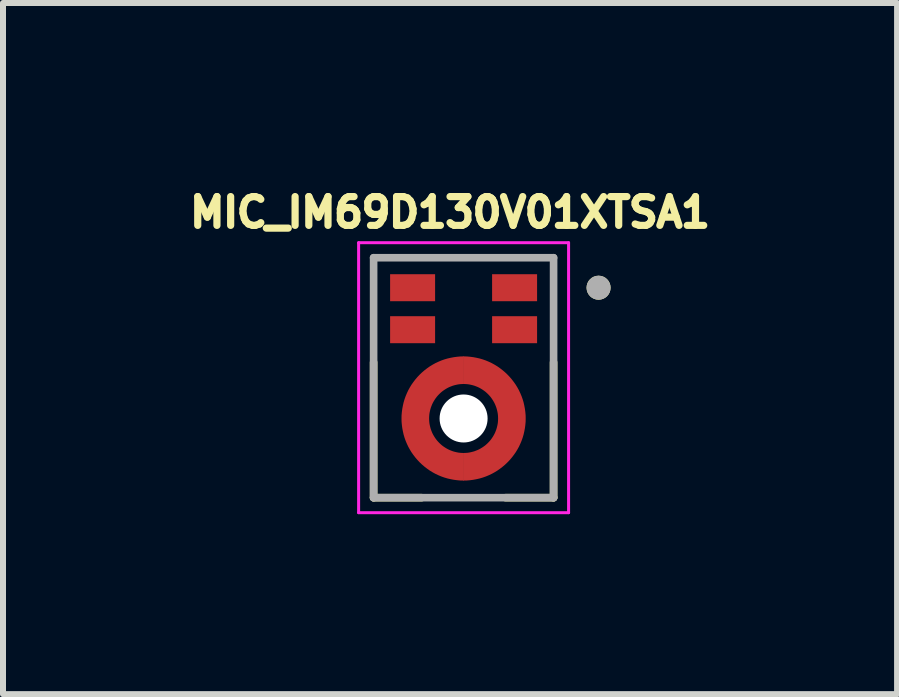
<source format=kicad_pcb>
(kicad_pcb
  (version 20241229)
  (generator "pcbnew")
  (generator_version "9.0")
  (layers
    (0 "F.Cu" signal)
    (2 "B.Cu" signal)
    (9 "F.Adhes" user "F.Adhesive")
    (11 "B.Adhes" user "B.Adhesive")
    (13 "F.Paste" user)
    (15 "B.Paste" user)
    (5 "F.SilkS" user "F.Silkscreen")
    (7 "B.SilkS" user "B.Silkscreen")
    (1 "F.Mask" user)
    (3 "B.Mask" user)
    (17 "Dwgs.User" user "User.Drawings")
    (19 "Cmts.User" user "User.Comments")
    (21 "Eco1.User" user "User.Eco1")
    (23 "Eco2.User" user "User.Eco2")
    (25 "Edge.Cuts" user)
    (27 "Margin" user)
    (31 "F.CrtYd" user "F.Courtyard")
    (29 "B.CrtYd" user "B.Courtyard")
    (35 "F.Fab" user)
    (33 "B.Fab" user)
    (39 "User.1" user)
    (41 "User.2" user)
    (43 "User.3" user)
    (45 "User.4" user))
  (footprint "MIC_IM69D130V01XTSA1"
    (layer "F.Cu")
    (at 4.678 3.246)
    (property "Reference" "MIC_IM69D130V01XTSA1" (at -0.226 -2.755 0) (layer "F.SilkS") (effects (font (size 0.48 0.48) (thickness 0.12))))
    (attr smd)
    (fp_poly (pts (xy 0 0.15) (xy -0.028 0.151) (xy -0.055 0.153) (xy -0.083 0.157) (xy -0.11 0.162) (xy -0.137 0.168) (xy -0.164 0.176) (xy -0.19 0.185) (xy -0.216 0.196) (xy -0.241 0.208) (xy -0.265 0.221) (xy -0.289 0.236) (xy -0.312 0.251) (xy -0.334 0.268) (xy -0.355 0.286) (xy -0.375 0.305) (xy -0.394 0.325) (xy -0.412 0.346) (xy -0.429 0.368) (xy -0.444 0.391) (xy -0.459 0.415) (xy -0.472 0.439) (xy -0.484 0.464) (xy -0.495 0.49) (xy -0.504 0.516) (xy -0.512 0.543) (xy -0.518 0.57) (xy -0.523 0.597) (xy -0.527 0.625) (xy -0.529 0.652) (xy -0.53 0.68) (xy -0.529 0.708) (xy -0.527 0.735) (xy -0.523 0.763) (xy -0.518 0.79) (xy -0.512 0.817) (xy -0.504 0.844) (xy -0.495 0.87) (xy -0.484 0.896) (xy -0.472 0.921) (xy -0.459 0.945) (xy -0.444 0.969) (xy -0.429 0.992) (xy -0.412 1.014) (xy -0.394 1.035) (xy -0.375 1.055) (xy -0.355 1.074) (xy -0.334 1.092) (xy -0.312 1.109) (xy -0.289 1.124) (xy -0.265 1.139) (xy -0.241 1.152) (xy -0.216 1.164) (xy -0.19 1.175) (xy -0.164 1.184) (xy -0.137 1.192) (xy -0.11 1.198) (xy -0.083 1.203) (xy -0.055 1.207) (xy -0.028 1.209) (xy 0 1.21) (xy 0 1.76) (xy -0.057 1.759) (xy -0.113 1.754) (xy -0.169 1.747) (xy -0.225 1.736) (xy -0.28 1.723) (xy -0.334 1.707) (xy -0.387 1.688) (xy -0.439 1.667) (xy -0.49 1.642) (xy -0.54 1.615) (xy -0.588 1.586) (xy -0.635 1.554) (xy -0.68 1.519) (xy -0.723 1.483) (xy -0.764 1.444) (xy -0.803 1.403) (xy -0.839 1.36) (xy -0.874 1.315) (xy -0.906 1.268) (xy -0.935 1.22) (xy -0.962 1.17) (xy -0.987 1.119) (xy -1.008 1.067) (xy -1.027 1.014) (xy -1.043 0.96) (xy -1.056 0.905) (xy -1.067 0.849) (xy -1.074 0.793) (xy -1.079 0.737) (xy -1.08 0.68) (xy -1.079 0.623) (xy -1.074 0.567) (xy -1.067 0.511) (xy -1.056 0.455) (xy -1.043 0.4) (xy -1.027 0.346) (xy -1.008 0.293) (xy -0.987 0.241) (xy -0.962 0.19) (xy -0.935 0.14) (xy -0.906 0.092) (xy -0.874 0.045) (xy -0.839 0) (xy -0.803 -0.043) (xy -0.764 -0.084) (xy -0.723 -0.123) (xy -0.68 -0.159) (xy -0.635 -0.194) (xy -0.588 -0.226) (xy -0.54 -0.255) (xy -0.49 -0.282) (xy -0.439 -0.307) (xy -0.387 -0.328) (xy -0.334 -0.347) (xy -0.28 -0.363) (xy -0.225 -0.376) (xy -0.169 -0.387) (xy -0.113 -0.394) (xy -0.057 -0.399) (xy 0 -0.4) (xy 0 0.15)) (stroke (width 0.01) (type solid)) (fill yes) (layer "F.Mask"))
    (fp_poly (pts (xy 0 1.21) (xy 0.028 1.209) (xy 0.055 1.207) (xy 0.083 1.203) (xy 0.11 1.198) (xy 0.137 1.192) (xy 0.164 1.184) (xy 0.19 1.175) (xy 0.216 1.164) (xy 0.241 1.152) (xy 0.265 1.139) (xy 0.289 1.124) (xy 0.312 1.109) (xy 0.334 1.092) (xy 0.355 1.074) (xy 0.375 1.055) (xy 0.394 1.035) (xy 0.412 1.014) (xy 0.429 0.992) (xy 0.444 0.969) (xy 0.459 0.945) (xy 0.472 0.921) (xy 0.484 0.896) (xy 0.495 0.87) (xy 0.504 0.844) (xy 0.512 0.817) (xy 0.518 0.79) (xy 0.523 0.763) (xy 0.527 0.735) (xy 0.529 0.708) (xy 0.53 0.68) (xy 0.529 0.652) (xy 0.527 0.625) (xy 0.523 0.597) (xy 0.518 0.57) (xy 0.512 0.543) (xy 0.504 0.516) (xy 0.495 0.49) (xy 0.484 0.464) (xy 0.472 0.439) (xy 0.459 0.415) (xy 0.444 0.391) (xy 0.429 0.368) (xy 0.412 0.346) (xy 0.394 0.325) (xy 0.375 0.305) (xy 0.355 0.286) (xy 0.334 0.268) (xy 0.312 0.251) (xy 0.289 0.236) (xy 0.265 0.221) (xy 0.241 0.208) (xy 0.216 0.196) (xy 0.19 0.185) (xy 0.164 0.176) (xy 0.137 0.168) (xy 0.11 0.162) (xy 0.083 0.157) (xy 0.055 0.153) (xy 0.028 0.151) (xy 0 0.15) (xy 0 -0.4) (xy 0.057 -0.399) (xy 0.113 -0.394) (xy 0.169 -0.387) (xy 0.225 -0.376) (xy 0.28 -0.363) (xy 0.334 -0.347) (xy 0.387 -0.328) (xy 0.439 -0.307) (xy 0.49 -0.282) (xy 0.54 -0.255) (xy 0.588 -0.226) (xy 0.635 -0.194) (xy 0.68 -0.159) (xy 0.723 -0.123) (xy 0.764 -0.084) (xy 0.803 -0.043) (xy 0.839 0) (xy 0.874 0.045) (xy 0.906 0.092) (xy 0.935 0.14) (xy 0.962 0.19) (xy 0.987 0.241) (xy 1.008 0.293) (xy 1.027 0.346) (xy 1.043 0.4) (xy 1.056 0.455) (xy 1.067 0.511) (xy 1.074 0.567) (xy 1.079 0.623) (xy 1.08 0.68) (xy 1.079 0.737) (xy 1.074 0.793) (xy 1.067 0.849) (xy 1.056 0.905) (xy 1.043 0.96) (xy 1.027 1.014) (xy 1.008 1.067) (xy 0.987 1.119) (xy 0.962 1.17) (xy 0.935 1.22) (xy 0.906 1.268) (xy 0.874 1.315) (xy 0.839 1.36) (xy 0.803 1.403) (xy 0.764 1.444) (xy 0.723 1.483) (xy 0.68 1.519) (xy 0.635 1.554) (xy 0.588 1.586) (xy 0.54 1.615) (xy 0.49 1.642) (xy 0.439 1.667) (xy 0.387 1.688) (xy 0.334 1.707) (xy 0.28 1.723) (xy 0.225 1.736) (xy 0.169 1.747) (xy 0.113 1.754) (xy 0.057 1.759) (xy 0 1.76) (xy 0 1.21)) (stroke (width 0.01) (type solid)) (fill yes) (layer "F.Mask"))
    (fp_line (start -1.5 2) (end -1.5 -0.255) (stroke (width 0.127) (type solid)) (layer "F.SilkS"))
    (fp_line (start -0.7 2) (end -1.5 2) (stroke (width 0.127) (type solid)) (layer "F.SilkS"))
    (fp_line (start 1.5 2) (end 0.7 2) (stroke (width 0.127) (type solid)) (layer "F.SilkS"))
    (fp_line (start 1.5 2) (end 1.5 -0.255) (stroke (width 0.127) (type solid)) (layer "F.SilkS"))
    (fp_circle (center 2.25 -1.5) (end 2.35 -1.5) (stroke (width 0.2) (type solid)) (fill no) (layer "F.SilkS"))
    (fp_poly (pts (xy -0.75 -1.3) (xy -0.95 -1.3) (xy -0.971 -1.301) (xy -0.992 -1.304) (xy -1.012 -1.31) (xy -1.031 -1.317) (xy -1.05 -1.327) (xy -1.068 -1.338) (xy -1.084 -1.351) (xy -1.099 -1.366) (xy -1.112 -1.382) (xy -1.123 -1.4) (xy -1.133 -1.419) (xy -1.14 -1.438) (xy -1.146 -1.458) (xy -1.149 -1.479) (xy -1.15 -1.5) (xy -1.149 -1.521) (xy -1.146 -1.542) (xy -1.14 -1.562) (xy -1.133 -1.581) (xy -1.123 -1.6) (xy -1.112 -1.618) (xy -1.099 -1.634) (xy -1.084 -1.649) (xy -1.068 -1.662) (xy -1.05 -1.673) (xy -1.031 -1.683) (xy -1.012 -1.69) (xy -0.992 -1.696) (xy -0.971 -1.699) (xy -0.95 -1.7) (xy -0.75 -1.7) (xy -0.729 -1.699) (xy -0.708 -1.696) (xy -0.688 -1.69) (xy -0.669 -1.683) (xy -0.65 -1.673) (xy -0.632 -1.662) (xy -0.616 -1.649) (xy -0.601 -1.634) (xy -0.588 -1.618) (xy -0.577 -1.6) (xy -0.567 -1.581) (xy -0.56 -1.562) (xy -0.554 -1.542) (xy -0.551 -1.521) (xy -0.55 -1.5) (xy -0.551 -1.479) (xy -0.554 -1.458) (xy -0.56 -1.438) (xy -0.567 -1.419) (xy -0.577 -1.4) (xy -0.588 -1.382) (xy -0.601 -1.366) (xy -0.616 -1.351) (xy -0.632 -1.338) (xy -0.65 -1.327) (xy -0.669 -1.317) (xy -0.688 -1.31) (xy -0.708 -1.304) (xy -0.729 -1.301) (xy -0.75 -1.3)) (stroke (width 0.01) (type solid)) (fill yes) (layer "F.Paste"))
    (fp_poly (pts (xy -0.75 -0.6) (xy -0.95 -0.6) (xy -0.971 -0.601) (xy -0.992 -0.604) (xy -1.012 -0.61) (xy -1.031 -0.617) (xy -1.05 -0.627) (xy -1.068 -0.638) (xy -1.084 -0.651) (xy -1.099 -0.666) (xy -1.112 -0.682) (xy -1.123 -0.7) (xy -1.133 -0.719) (xy -1.14 -0.738) (xy -1.146 -0.758) (xy -1.149 -0.779) (xy -1.15 -0.8) (xy -1.149 -0.821) (xy -1.146 -0.842) (xy -1.14 -0.862) (xy -1.133 -0.881) (xy -1.123 -0.9) (xy -1.112 -0.918) (xy -1.099 -0.934) (xy -1.084 -0.949) (xy -1.068 -0.962) (xy -1.05 -0.973) (xy -1.031 -0.983) (xy -1.012 -0.99) (xy -0.992 -0.996) (xy -0.971 -0.999) (xy -0.95 -1) (xy -0.75 -1) (xy -0.729 -0.999) (xy -0.708 -0.996) (xy -0.688 -0.99) (xy -0.669 -0.983) (xy -0.65 -0.973) (xy -0.632 -0.962) (xy -0.616 -0.949) (xy -0.601 -0.934) (xy -0.588 -0.918) (xy -0.577 -0.9) (xy -0.567 -0.881) (xy -0.56 -0.862) (xy -0.554 -0.842) (xy -0.551 -0.821) (xy -0.55 -0.8) (xy -0.551 -0.779) (xy -0.554 -0.758) (xy -0.56 -0.738) (xy -0.567 -0.719) (xy -0.577 -0.7) (xy -0.588 -0.682) (xy -0.601 -0.666) (xy -0.616 -0.651) (xy -0.632 -0.638) (xy -0.65 -0.627) (xy -0.669 -0.617) (xy -0.688 -0.61) (xy -0.708 -0.604) (xy -0.729 -0.601) (xy -0.75 -0.6)) (stroke (width 0.01) (type solid)) (fill yes) (layer "F.Paste"))
    (fp_poly (pts (xy 0.95 -1.3) (xy 0.75 -1.3) (xy 0.729 -1.301) (xy 0.708 -1.304) (xy 0.688 -1.31) (xy 0.669 -1.317) (xy 0.65 -1.327) (xy 0.632 -1.338) (xy 0.616 -1.351) (xy 0.601 -1.366) (xy 0.588 -1.382) (xy 0.577 -1.4) (xy 0.567 -1.419) (xy 0.56 -1.438) (xy 0.554 -1.458) (xy 0.551 -1.479) (xy 0.55 -1.5) (xy 0.551 -1.521) (xy 0.554 -1.542) (xy 0.56 -1.562) (xy 0.567 -1.581) (xy 0.577 -1.6) (xy 0.588 -1.618) (xy 0.601 -1.634) (xy 0.616 -1.649) (xy 0.632 -1.662) (xy 0.65 -1.673) (xy 0.669 -1.683) (xy 0.688 -1.69) (xy 0.708 -1.696) (xy 0.729 -1.699) (xy 0.75 -1.7) (xy 0.95 -1.7) (xy 0.971 -1.699) (xy 0.992 -1.696) (xy 1.012 -1.69) (xy 1.031 -1.683) (xy 1.05 -1.673) (xy 1.068 -1.662) (xy 1.084 -1.649) (xy 1.099 -1.634) (xy 1.112 -1.618) (xy 1.123 -1.6) (xy 1.133 -1.581) (xy 1.14 -1.562) (xy 1.146 -1.542) (xy 1.149 -1.521) (xy 1.15 -1.5) (xy 1.149 -1.479) (xy 1.146 -1.458) (xy 1.14 -1.438) (xy 1.133 -1.419) (xy 1.123 -1.4) (xy 1.112 -1.382) (xy 1.099 -1.366) (xy 1.084 -1.351) (xy 1.068 -1.338) (xy 1.05 -1.327) (xy 1.031 -1.317) (xy 1.012 -1.31) (xy 0.992 -1.304) (xy 0.971 -1.301) (xy 0.95 -1.3)) (stroke (width 0.01) (type solid)) (fill yes) (layer "F.Paste"))
    (fp_poly (pts (xy 0.95 -0.6) (xy 0.75 -0.6) (xy 0.729 -0.601) (xy 0.708 -0.604) (xy 0.688 -0.61) (xy 0.669 -0.617) (xy 0.65 -0.627) (xy 0.632 -0.638) (xy 0.616 -0.651) (xy 0.601 -0.666) (xy 0.588 -0.682) (xy 0.577 -0.7) (xy 0.567 -0.719) (xy 0.56 -0.738) (xy 0.554 -0.758) (xy 0.551 -0.779) (xy 0.55 -0.8) (xy 0.551 -0.821) (xy 0.554 -0.842) (xy 0.56 -0.862) (xy 0.567 -0.881) (xy 0.577 -0.9) (xy 0.588 -0.918) (xy 0.601 -0.934) (xy 0.616 -0.949) (xy 0.632 -0.962) (xy 0.65 -0.973) (xy 0.669 -0.983) (xy 0.688 -0.99) (xy 0.708 -0.996) (xy 0.729 -0.999) (xy 0.75 -1) (xy 0.95 -1) (xy 0.971 -0.999) (xy 0.992 -0.996) (xy 1.012 -0.99) (xy 1.031 -0.983) (xy 1.05 -0.973) (xy 1.068 -0.962) (xy 1.084 -0.949) (xy 1.099 -0.934) (xy 1.112 -0.918) (xy 1.123 -0.9) (xy 1.133 -0.881) (xy 1.14 -0.862) (xy 1.146 -0.842) (xy 1.149 -0.821) (xy 1.15 -0.8) (xy 1.149 -0.779) (xy 1.146 -0.758) (xy 1.14 -0.738) (xy 1.133 -0.719) (xy 1.123 -0.7) (xy 1.112 -0.682) (xy 1.099 -0.666) (xy 1.084 -0.651) (xy 1.068 -0.638) (xy 1.05 -0.627) (xy 1.031 -0.617) (xy 1.012 -0.61) (xy 0.992 -0.604) (xy 0.971 -0.601) (xy 0.95 -0.6)) (stroke (width 0.01) (type solid)) (fill yes) (layer "F.Paste"))
    (fp_poly (pts (xy -0.36 -0.11) (xy -0.36 -0.121) (xy -0.359 -0.132) (xy -0.357 -0.143) (xy -0.355 -0.154) (xy -0.353 -0.164) (xy -0.35 -0.175) (xy -0.346 -0.185) (xy -0.342 -0.195) (xy -0.337 -0.205) (xy -0.332 -0.215) (xy -0.326 -0.224) (xy -0.32 -0.233) (xy -0.313 -0.242) (xy -0.306 -0.251) (xy -0.298 -0.258) (xy -0.291 -0.266) (xy -0.282 -0.273) (xy -0.273 -0.28) (xy -0.264 -0.286) (xy -0.255 -0.292) (xy -0.245 -0.297) (xy -0.235 -0.302) (xy -0.225 -0.306) (xy -0.215 -0.31) (xy -0.204 -0.313) (xy -0.194 -0.315) (xy -0.183 -0.317) (xy -0.172 -0.319) (xy -0.161 -0.32) (xy -0.15 -0.32) (xy 0.15 -0.32) (xy 0.161 -0.32) (xy 0.172 -0.319) (xy 0.183 -0.317) (xy 0.194 -0.315) (xy 0.204 -0.313) (xy 0.215 -0.31) (xy 0.225 -0.306) (xy 0.235 -0.302) (xy 0.245 -0.297) (xy 0.255 -0.292) (xy 0.264 -0.286) (xy 0.273 -0.28) (xy 0.282 -0.273) (xy 0.291 -0.266) (xy 0.298 -0.258) (xy 0.306 -0.251) (xy 0.313 -0.242) (xy 0.32 -0.233) (xy 0.326 -0.224) (xy 0.332 -0.215) (xy 0.337 -0.205) (xy 0.342 -0.195) (xy 0.346 -0.185) (xy 0.35 -0.175) (xy 0.353 -0.164) (xy 0.355 -0.154) (xy 0.357 -0.143) (xy 0.359 -0.132) (xy 0.36 -0.121) (xy 0.36 -0.11) (xy 0.36 -0.099) (xy 0.359 -0.088) (xy 0.357 -0.077) (xy 0.355 -0.066) (xy 0.353 -0.056) (xy 0.35 -0.045) (xy 0.346 -0.035) (xy 0.342 -0.025) (xy 0.337 -0.015) (xy 0.332 -0.005) (xy 0.326 0.004) (xy 0.32 0.013) (xy 0.313 0.022) (xy 0.306 0.031) (xy 0.298 0.038) (xy 0.291 0.046) (xy 0.282 0.053) (xy 0.273 0.06) (xy 0.264 0.066) (xy 0.255 0.072) (xy 0.245 0.077) (xy 0.235 0.082) (xy 0.225 0.086) (xy 0.215 0.09) (xy 0.204 0.093) (xy 0.194 0.095) (xy 0.183 0.097) (xy 0.172 0.099) (xy 0.161 0.1) (xy 0.15 0.1) (xy 0.14 0.1) (xy 0.135 0.098) (xy 0.13 0.097) (xy 0.126 0.096) (xy 0.121 0.094) (xy 0.116 0.093) (xy 0.112 0.092) (xy 0.107 0.091) (xy 0.103 0.09) (xy 0.098 0.089) (xy 0.093 0.088) (xy 0.089 0.087) (xy 0.084 0.086) (xy 0.079 0.085) (xy 0.075 0.084) (xy 0.07 0.084) (xy 0.065 0.083) (xy 0.061 0.083) (xy 0.056 0.082) (xy 0.051 0.082) (xy 0.046 0.081) (xy 0.042 0.081) (xy 0.037 0.08) (xy 0.032 0.08) (xy 0.027 0.08) (xy 0.023 0.08) (xy 0.018 0.08) (xy 0.013 0.08) (xy 0.009 0.08) (xy 0.004 0.08) (xy 0 0.08) (xy -0.004 0.08) (xy -0.009 0.08) (xy -0.013 0.08) (xy -0.018 0.08) (xy -0.023 0.08) (xy -0.027 0.08) (xy -0.032 0.08) (xy -0.037 0.08) (xy -0.042 0.081) (xy -0.046 0.081) (xy -0.051 0.082) (xy -0.056 0.082) (xy -0.061 0.083) (xy -0.065 0.083) (xy -0.07 0.084) (xy -0.075 0.084) (xy -0.079 0.085) (xy -0.084 0.086) (xy -0.089 0.087) (xy -0.093 0.088) (xy -0.098 0.089) (xy -0.103 0.09) (xy -0.107 0.091) (xy -0.112 0.092) (xy -0.116 0.093) (xy -0.121 0.094) (xy -0.126 0.096) (xy -0.13 0.097) (xy -0.135 0.098) (xy -0.14 0.1) (xy -0.15 0.1) (xy -0.161 0.1) (xy -0.172 0.099) (xy -0.183 0.097) (xy -0.194 0.095) (xy -0.204 0.093) (xy -0.215 0.09) (xy -0.225 0.086) (xy -0.235 0.082) (xy -0.245 0.077) (xy -0.255 0.072) (xy -0.264 0.066) (xy -0.273 0.06) (xy -0.282 0.053) (xy -0.291 0.046) (xy -0.298 0.038) (xy -0.306 0.031) (xy -0.313 0.022) (xy -0.32 0.013) (xy -0.326 0.004) (xy -0.332 -0.005) (xy -0.337 -0.015) (xy -0.342 -0.025) (xy -0.346 -0.035) (xy -0.35 -0.045) (xy -0.353 -0.056) (xy -0.355 -0.066) (xy -0.357 -0.077) (xy -0.359 -0.088) (xy -0.36 -0.099) (xy -0.36 -0.11)) (stroke (width 0.01) (type solid)) (fill yes) (layer "F.Paste"))
    (fp_poly (pts (xy 0.36 1.47) (xy 0.36 1.481) (xy 0.359 1.492) (xy 0.357 1.503) (xy 0.355 1.514) (xy 0.353 1.524) (xy 0.35 1.535) (xy 0.346 1.545) (xy 0.342 1.555) (xy 0.337 1.565) (xy 0.332 1.575) (xy 0.326 1.584) (xy 0.32 1.593) (xy 0.313 1.602) (xy 0.306 1.611) (xy 0.298 1.618) (xy 0.291 1.626) (xy 0.282 1.633) (xy 0.273 1.64) (xy 0.264 1.646) (xy 0.255 1.652) (xy 0.245 1.657) (xy 0.235 1.662) (xy 0.225 1.666) (xy 0.215 1.67) (xy 0.204 1.673) (xy 0.194 1.675) (xy 0.183 1.677) (xy 0.172 1.679) (xy 0.161 1.68) (xy 0.15 1.68) (xy -0.15 1.68) (xy -0.161 1.68) (xy -0.172 1.679) (xy -0.183 1.677) (xy -0.194 1.675) (xy -0.204 1.673) (xy -0.215 1.67) (xy -0.225 1.666) (xy -0.235 1.662) (xy -0.245 1.657) (xy -0.255 1.652) (xy -0.264 1.646) (xy -0.273 1.64) (xy -0.282 1.633) (xy -0.291 1.626) (xy -0.298 1.618) (xy -0.306 1.611) (xy -0.313 1.602) (xy -0.32 1.593) (xy -0.326 1.584) (xy -0.332 1.575) (xy -0.337 1.565) (xy -0.342 1.555) (xy -0.346 1.545) (xy -0.35 1.535) (xy -0.353 1.524) (xy -0.355 1.514) (xy -0.357 1.503) (xy -0.359 1.492) (xy -0.36 1.481) (xy -0.36 1.47) (xy -0.36 1.459) (xy -0.359 1.448) (xy -0.357 1.437) (xy -0.355 1.426) (xy -0.353 1.416) (xy -0.35 1.405) (xy -0.346 1.395) (xy -0.342 1.385) (xy -0.337 1.375) (xy -0.332 1.365) (xy -0.326 1.356) (xy -0.32 1.347) (xy -0.313 1.338) (xy -0.306 1.329) (xy -0.298 1.322) (xy -0.291 1.314) (xy -0.282 1.307) (xy -0.273 1.3) (xy -0.264 1.294) (xy -0.255 1.288) (xy -0.245 1.283) (xy -0.235 1.278) (xy -0.225 1.274) (xy -0.215 1.27) (xy -0.204 1.267) (xy -0.194 1.265) (xy -0.183 1.263) (xy -0.172 1.261) (xy -0.161 1.26) (xy -0.15 1.26) (xy -0.14 1.26) (xy -0.135 1.262) (xy -0.13 1.263) (xy -0.126 1.264) (xy -0.121 1.266) (xy -0.116 1.267) (xy -0.112 1.268) (xy -0.107 1.269) (xy -0.103 1.27) (xy -0.098 1.271) (xy -0.093 1.272) (xy -0.089 1.273) (xy -0.084 1.274) (xy -0.079 1.275) (xy -0.075 1.276) (xy -0.07 1.276) (xy -0.065 1.277) (xy -0.061 1.277) (xy -0.056 1.278) (xy -0.051 1.278) (xy -0.046 1.279) (xy -0.042 1.279) (xy -0.037 1.28) (xy -0.032 1.28) (xy -0.027 1.28) (xy -0.023 1.28) (xy -0.018 1.28) (xy -0.013 1.28) (xy -0.009 1.28) (xy -0.004 1.28) (xy 0 1.28) (xy 0.004 1.28) (xy 0.009 1.28) (xy 0.013 1.28) (xy 0.018 1.28) (xy 0.023 1.28) (xy 0.027 1.28) (xy 0.032 1.28) (xy 0.037 1.28) (xy 0.042 1.279) (xy 0.046 1.279) (xy 0.051 1.278) (xy 0.056 1.278) (xy 0.061 1.277) (xy 0.065 1.277) (xy 0.07 1.276) (xy 0.075 1.276) (xy 0.079 1.275) (xy 0.084 1.274) (xy 0.089 1.273) (xy 0.093 1.272) (xy 0.098 1.271) (xy 0.103 1.27) (xy 0.107 1.269) (xy 0.112 1.268) (xy 0.116 1.267) (xy 0.121 1.266) (xy 0.126 1.264) (xy 0.13 1.263) (xy 0.135 1.262) (xy 0.14 1.26) (xy 0.15 1.26) (xy 0.161 1.26) (xy 0.172 1.261) (xy 0.183 1.263) (xy 0.194 1.265) (xy 0.204 1.267) (xy 0.215 1.27) (xy 0.225 1.274) (xy 0.235 1.278) (xy 0.245 1.283) (xy 0.255 1.288) (xy 0.264 1.294) (xy 0.273 1.3) (xy 0.282 1.307) (xy 0.291 1.314) (xy 0.298 1.322) (xy 0.306 1.329) (xy 0.313 1.338) (xy 0.32 1.347) (xy 0.326 1.356) (xy 0.332 1.365) (xy 0.337 1.375) (xy 0.342 1.385) (xy 0.346 1.395) (xy 0.35 1.405) (xy 0.353 1.416) (xy 0.355 1.426) (xy 0.357 1.437) (xy 0.359 1.448) (xy 0.36 1.459) (xy 0.36 1.47)) (stroke (width 0.01) (type solid)) (fill yes) (layer "F.Paste"))
    (fp_poly (pts (xy -0.864 0.597) (xy -0.874 0.591) (xy -0.883 0.585) (xy -0.891 0.578) (xy -0.9 0.571) (xy -0.908 0.563) (xy -0.915 0.555) (xy -0.922 0.547) (xy -0.929 0.538) (xy -0.935 0.529) (xy -0.941 0.52) (xy -0.946 0.51) (xy -0.951 0.5) (xy -0.955 0.49) (xy -0.959 0.48) (xy -0.962 0.469) (xy -0.965 0.459) (xy -0.967 0.448) (xy -0.968 0.437) (xy -0.969 0.426) (xy -0.969 0.415) (xy -0.969 0.404) (xy -0.968 0.393) (xy -0.967 0.382) (xy -0.965 0.371) (xy -0.962 0.361) (xy -0.959 0.35) (xy -0.955 0.34) (xy -0.951 0.329) (xy -0.946 0.32) (xy -0.941 0.31) (xy -0.866 0.18) (xy -0.791 0.05) (xy -0.785 0.041) (xy -0.779 0.032) (xy -0.772 0.023) (xy -0.765 0.015) (xy -0.758 0.007) (xy -0.75 -0.001) (xy -0.741 -0.008) (xy -0.733 -0.015) (xy -0.724 -0.021) (xy -0.714 -0.027) (xy -0.704 -0.032) (xy -0.695 -0.037) (xy -0.684 -0.041) (xy -0.674 -0.045) (xy -0.664 -0.048) (xy -0.653 -0.05) (xy -0.642 -0.052) (xy -0.631 -0.054) (xy -0.62 -0.055) (xy -0.609 -0.055) (xy -0.598 -0.055) (xy -0.587 -0.054) (xy -0.576 -0.052) (xy -0.565 -0.05) (xy -0.555 -0.048) (xy -0.544 -0.045) (xy -0.534 -0.041) (xy -0.524 -0.037) (xy -0.514 -0.032) (xy -0.504 -0.027) (xy -0.495 -0.021) (xy -0.486 -0.015) (xy -0.477 -0.008) (xy -0.469 -0.001) (xy -0.461 0.007) (xy -0.453 0.015) (xy -0.446 0.023) (xy -0.439 0.032) (xy -0.433 0.041) (xy -0.427 0.05) (xy -0.422 0.06) (xy -0.417 0.07) (xy -0.413 0.08) (xy -0.409 0.09) (xy -0.406 0.101) (xy -0.404 0.111) (xy -0.402 0.122) (xy -0.4 0.133) (xy -0.399 0.144) (xy -0.399 0.155) (xy -0.399 0.166) (xy -0.4 0.177) (xy -0.402 0.188) (xy -0.404 0.199) (xy -0.406 0.209) (xy -0.409 0.22) (xy -0.413 0.23) (xy -0.417 0.241) (xy -0.422 0.25) (xy -0.427 0.26) (xy -0.432 0.269) (xy -0.436 0.273) (xy -0.44 0.276) (xy -0.443 0.279) (xy -0.447 0.282) (xy -0.45 0.286) (xy -0.453 0.289) (xy -0.457 0.293) (xy -0.46 0.296) (xy -0.463 0.3) (xy -0.466 0.303) (xy -0.469 0.307) (xy -0.472 0.31) (xy -0.475 0.314) (xy -0.478 0.318) (xy -0.481 0.321) (xy -0.484 0.325) (xy -0.487 0.329) (xy -0.49 0.333) (xy -0.493 0.336) (xy -0.495 0.34) (xy -0.498 0.344) (xy -0.501 0.348) (xy -0.503 0.352) (xy -0.506 0.356) (xy -0.508 0.36) (xy -0.511 0.364) (xy -0.513 0.368) (xy -0.516 0.373) (xy -0.518 0.377) (xy -0.52 0.38) (xy -0.522 0.383) (xy -0.524 0.387) (xy -0.526 0.391) (xy -0.529 0.396) (xy -0.531 0.4) (xy -0.533 0.404) (xy -0.536 0.408) (xy -0.538 0.412) (xy -0.54 0.416) (xy -0.542 0.421) (xy -0.544 0.425) (xy -0.546 0.429) (xy -0.548 0.434) (xy -0.55 0.438) (xy -0.551 0.442) (xy -0.553 0.447) (xy -0.555 0.451) (xy -0.556 0.456) (xy -0.558 0.46) (xy -0.56 0.465) (xy -0.561 0.469) (xy -0.563 0.474) (xy -0.564 0.478) (xy -0.565 0.483) (xy -0.567 0.487) (xy -0.568 0.492) (xy -0.569 0.496) (xy -0.57 0.501) (xy -0.571 0.506) (xy -0.572 0.511) (xy -0.577 0.52) (xy -0.583 0.529) (xy -0.589 0.538) (xy -0.596 0.547) (xy -0.603 0.555) (xy -0.611 0.563) (xy -0.619 0.571) (xy -0.627 0.578) (xy -0.636 0.585) (xy -0.645 0.591) (xy -0.654 0.597) (xy -0.664 0.602) (xy -0.674 0.607) (xy -0.684 0.611) (xy -0.694 0.615) (xy -0.705 0.618) (xy -0.715 0.62) (xy -0.726 0.622) (xy -0.737 0.624) (xy -0.748 0.625) (xy -0.759 0.625) (xy -0.77 0.625) (xy -0.781 0.624) (xy -0.792 0.622) (xy -0.803 0.62) (xy -0.814 0.618) (xy -0.824 0.615) (xy -0.834 0.611) (xy -0.845 0.607) (xy -0.854 0.602) (xy -0.864 0.597) (xy -0.864 0.597)) (stroke (width 0.01) (type solid)) (fill yes) (layer "F.Paste"))
    (fp_poly (pts (xy -0.504 1.387) (xy -0.514 1.392) (xy -0.524 1.397) (xy -0.534 1.401) (xy -0.544 1.405) (xy -0.555 1.408) (xy -0.565 1.41) (xy -0.576 1.412) (xy -0.587 1.414) (xy -0.598 1.415) (xy -0.609 1.415) (xy -0.62 1.415) (xy -0.631 1.414) (xy -0.642 1.412) (xy -0.653 1.41) (xy -0.664 1.408) (xy -0.674 1.405) (xy -0.684 1.401) (xy -0.695 1.397) (xy -0.704 1.392) (xy -0.714 1.387) (xy -0.724 1.381) (xy -0.733 1.375) (xy -0.741 1.368) (xy -0.75 1.361) (xy -0.758 1.353) (xy -0.765 1.345) (xy -0.772 1.337) (xy -0.779 1.328) (xy -0.785 1.319) (xy -0.791 1.31) (xy -0.866 1.18) (xy -0.941 1.05) (xy -0.946 1.04) (xy -0.951 1.031) (xy -0.955 1.02) (xy -0.959 1.01) (xy -0.962 0.999) (xy -0.965 0.989) (xy -0.967 0.978) (xy -0.968 0.967) (xy -0.969 0.956) (xy -0.969 0.945) (xy -0.969 0.934) (xy -0.968 0.923) (xy -0.967 0.912) (xy -0.965 0.901) (xy -0.962 0.891) (xy -0.959 0.88) (xy -0.955 0.87) (xy -0.951 0.86) (xy -0.946 0.85) (xy -0.941 0.84) (xy -0.935 0.831) (xy -0.929 0.822) (xy -0.922 0.813) (xy -0.915 0.805) (xy -0.908 0.797) (xy -0.9 0.789) (xy -0.891 0.782) (xy -0.883 0.775) (xy -0.874 0.769) (xy -0.864 0.763) (xy -0.854 0.758) (xy -0.845 0.753) (xy -0.834 0.749) (xy -0.824 0.745) (xy -0.814 0.742) (xy -0.803 0.74) (xy -0.792 0.738) (xy -0.781 0.736) (xy -0.77 0.735) (xy -0.759 0.735) (xy -0.748 0.735) (xy -0.737 0.736) (xy -0.726 0.738) (xy -0.715 0.74) (xy -0.705 0.742) (xy -0.694 0.745) (xy -0.684 0.749) (xy -0.674 0.753) (xy -0.664 0.758) (xy -0.654 0.763) (xy -0.645 0.769) (xy -0.636 0.775) (xy -0.627 0.782) (xy -0.619 0.789) (xy -0.611 0.797) (xy -0.603 0.805) (xy -0.596 0.813) (xy -0.589 0.822) (xy -0.583 0.831) (xy -0.577 0.84) (xy -0.572 0.849) (xy -0.571 0.854) (xy -0.57 0.859) (xy -0.569 0.864) (xy -0.568 0.868) (xy -0.567 0.873) (xy -0.565 0.877) (xy -0.564 0.882) (xy -0.563 0.886) (xy -0.561 0.891) (xy -0.56 0.895) (xy -0.558 0.9) (xy -0.556 0.904) (xy -0.555 0.909) (xy -0.553 0.913) (xy -0.551 0.918) (xy -0.55 0.922) (xy -0.548 0.926) (xy -0.546 0.931) (xy -0.544 0.935) (xy -0.542 0.939) (xy -0.54 0.943) (xy -0.538 0.948) (xy -0.536 0.952) (xy -0.533 0.956) (xy -0.531 0.96) (xy -0.529 0.964) (xy -0.526 0.969) (xy -0.524 0.973) (xy -0.522 0.977) (xy -0.52 0.98) (xy -0.518 0.983) (xy -0.516 0.987) (xy -0.513 0.992) (xy -0.511 0.996) (xy -0.508 1) (xy -0.506 1.004) (xy -0.503 1.008) (xy -0.501 1.012) (xy -0.498 1.016) (xy -0.495 1.02) (xy -0.493 1.024) (xy -0.49 1.027) (xy -0.487 1.031) (xy -0.484 1.035) (xy -0.481 1.039) (xy -0.478 1.042) (xy -0.475 1.046) (xy -0.472 1.05) (xy -0.469 1.053) (xy -0.466 1.057) (xy -0.463 1.06) (xy -0.46 1.064) (xy -0.457 1.067) (xy -0.453 1.071) (xy -0.45 1.074) (xy -0.447 1.078) (xy -0.443 1.081) (xy -0.44 1.084) (xy -0.436 1.087) (xy -0.432 1.091) (xy -0.427 1.1) (xy -0.422 1.11) (xy -0.417 1.119) (xy -0.413 1.13) (xy -0.409 1.14) (xy -0.406 1.151) (xy -0.404 1.161) (xy -0.402 1.172) (xy -0.4 1.183) (xy -0.399 1.194) (xy -0.399 1.205) (xy -0.399 1.216) (xy -0.4 1.227) (xy -0.402 1.238) (xy -0.404 1.249) (xy -0.406 1.259) (xy -0.409 1.27) (xy -0.413 1.28) (xy -0.417 1.29) (xy -0.422 1.3) (xy -0.427 1.31) (xy -0.433 1.319) (xy -0.439 1.328) (xy -0.446 1.337) (xy -0.453 1.345) (xy -0.461 1.353) (xy -0.469 1.361) (xy -0.477 1.368) (xy -0.486 1.375) (xy -0.495 1.381) (xy -0.504 1.387) (xy -0.504 1.387)) (stroke (width 0.01) (type solid)) (fill yes) (layer "F.Paste"))
    (fp_poly (pts (xy 0.504 -0.027) (xy 0.514 -0.032) (xy 0.524 -0.037) (xy 0.534 -0.041) (xy 0.544 -0.045) (xy 0.555 -0.048) (xy 0.565 -0.05) (xy 0.576 -0.052) (xy 0.587 -0.054) (xy 0.598 -0.055) (xy 0.609 -0.055) (xy 0.62 -0.055) (xy 0.631 -0.054) (xy 0.642 -0.052) (xy 0.653 -0.05) (xy 0.664 -0.048) (xy 0.674 -0.045) (xy 0.684 -0.041) (xy 0.695 -0.037) (xy 0.704 -0.032) (xy 0.714 -0.027) (xy 0.724 -0.021) (xy 0.733 -0.015) (xy 0.741 -0.008) (xy 0.75 -0.001) (xy 0.758 0.007) (xy 0.765 0.015) (xy 0.772 0.023) (xy 0.779 0.032) (xy 0.785 0.041) (xy 0.791 0.05) (xy 0.866 0.18) (xy 0.941 0.31) (xy 0.946 0.32) (xy 0.951 0.329) (xy 0.955 0.34) (xy 0.959 0.35) (xy 0.962 0.361) (xy 0.965 0.371) (xy 0.967 0.382) (xy 0.968 0.393) (xy 0.969 0.404) (xy 0.969 0.415) (xy 0.969 0.426) (xy 0.968 0.437) (xy 0.967 0.448) (xy 0.965 0.459) (xy 0.962 0.469) (xy 0.959 0.48) (xy 0.955 0.49) (xy 0.951 0.5) (xy 0.946 0.51) (xy 0.941 0.52) (xy 0.935 0.529) (xy 0.929 0.538) (xy 0.922 0.547) (xy 0.915 0.555) (xy 0.908 0.563) (xy 0.9 0.571) (xy 0.891 0.578) (xy 0.883 0.585) (xy 0.874 0.591) (xy 0.864 0.597) (xy 0.854 0.602) (xy 0.845 0.607) (xy 0.834 0.611) (xy 0.824 0.615) (xy 0.814 0.618) (xy 0.803 0.62) (xy 0.792 0.622) (xy 0.781 0.624) (xy 0.77 0.625) (xy 0.759 0.625) (xy 0.748 0.625) (xy 0.737 0.624) (xy 0.726 0.622) (xy 0.715 0.62) (xy 0.705 0.618) (xy 0.694 0.615) (xy 0.684 0.611) (xy 0.674 0.607) (xy 0.664 0.602) (xy 0.654 0.597) (xy 0.645 0.591) (xy 0.636 0.585) (xy 0.627 0.578) (xy 0.619 0.571) (xy 0.611 0.563) (xy 0.603 0.555) (xy 0.596 0.547) (xy 0.589 0.538) (xy 0.583 0.529) (xy 0.577 0.52) (xy 0.572 0.511) (xy 0.571 0.506) (xy 0.57 0.501) (xy 0.569 0.496) (xy 0.568 0.492) (xy 0.567 0.487) (xy 0.565 0.483) (xy 0.564 0.478) (xy 0.563 0.474) (xy 0.561 0.469) (xy 0.56 0.465) (xy 0.558 0.46) (xy 0.556 0.456) (xy 0.555 0.451) (xy 0.553 0.447) (xy 0.551 0.442) (xy 0.55 0.438) (xy 0.548 0.434) (xy 0.546 0.429) (xy 0.544 0.425) (xy 0.542 0.421) (xy 0.54 0.417) (xy 0.538 0.412) (xy 0.536 0.408) (xy 0.533 0.404) (xy 0.531 0.4) (xy 0.529 0.396) (xy 0.526 0.391) (xy 0.524 0.387) (xy 0.522 0.383) (xy 0.52 0.38) (xy 0.518 0.377) (xy 0.516 0.373) (xy 0.513 0.368) (xy 0.511 0.364) (xy 0.508 0.36) (xy 0.506 0.356) (xy 0.503 0.352) (xy 0.501 0.348) (xy 0.498 0.344) (xy 0.495 0.34) (xy 0.493 0.336) (xy 0.49 0.333) (xy 0.487 0.329) (xy 0.484 0.325) (xy 0.481 0.321) (xy 0.478 0.318) (xy 0.475 0.314) (xy 0.472 0.31) (xy 0.469 0.307) (xy 0.466 0.303) (xy 0.463 0.3) (xy 0.46 0.296) (xy 0.457 0.293) (xy 0.453 0.289) (xy 0.45 0.286) (xy 0.447 0.282) (xy 0.443 0.279) (xy 0.44 0.276) (xy 0.436 0.273) (xy 0.432 0.269) (xy 0.427 0.26) (xy 0.422 0.25) (xy 0.417 0.241) (xy 0.413 0.23) (xy 0.409 0.22) (xy 0.406 0.209) (xy 0.404 0.199) (xy 0.402 0.188) (xy 0.4 0.177) (xy 0.399 0.166) (xy 0.399 0.155) (xy 0.399 0.144) (xy 0.4 0.133) (xy 0.402 0.122) (xy 0.404 0.111) (xy 0.406 0.101) (xy 0.409 0.09) (xy 0.413 0.08) (xy 0.417 0.07) (xy 0.422 0.06) (xy 0.427 0.05) (xy 0.433 0.041) (xy 0.439 0.032) (xy 0.446 0.023) (xy 0.453 0.015) (xy 0.461 0.007) (xy 0.469 -0.001) (xy 0.477 -0.008) (xy 0.486 -0.015) (xy 0.495 -0.021) (xy 0.504 -0.027) (xy 0.504 -0.027)) (stroke (width 0.01) (type solid)) (fill yes) (layer "F.Paste"))
    (fp_poly (pts (xy 0.864 0.763) (xy 0.874 0.769) (xy 0.883 0.775) (xy 0.891 0.782) (xy 0.9 0.789) (xy 0.908 0.797) (xy 0.915 0.805) (xy 0.922 0.813) (xy 0.929 0.822) (xy 0.935 0.831) (xy 0.941 0.84) (xy 0.946 0.85) (xy 0.951 0.86) (xy 0.955 0.87) (xy 0.959 0.88) (xy 0.962 0.891) (xy 0.965 0.901) (xy 0.967 0.912) (xy 0.968 0.923) (xy 0.969 0.934) (xy 0.969 0.945) (xy 0.969 0.956) (xy 0.968 0.967) (xy 0.967 0.978) (xy 0.965 0.989) (xy 0.962 0.999) (xy 0.959 1.01) (xy 0.955 1.02) (xy 0.951 1.031) (xy 0.946 1.04) (xy 0.941 1.05) (xy 0.866 1.18) (xy 0.791 1.31) (xy 0.785 1.319) (xy 0.779 1.328) (xy 0.772 1.337) (xy 0.765 1.345) (xy 0.758 1.353) (xy 0.75 1.361) (xy 0.741 1.368) (xy 0.733 1.375) (xy 0.724 1.381) (xy 0.714 1.387) (xy 0.704 1.392) (xy 0.695 1.397) (xy 0.684 1.401) (xy 0.674 1.405) (xy 0.664 1.408) (xy 0.653 1.41) (xy 0.642 1.412) (xy 0.631 1.414) (xy 0.62 1.415) (xy 0.609 1.415) (xy 0.598 1.415) (xy 0.587 1.414) (xy 0.576 1.412) (xy 0.565 1.41) (xy 0.555 1.408) (xy 0.544 1.405) (xy 0.534 1.401) (xy 0.524 1.397) (xy 0.514 1.392) (xy 0.504 1.387) (xy 0.495 1.381) (xy 0.486 1.375) (xy 0.477 1.368) (xy 0.469 1.361) (xy 0.461 1.353) (xy 0.453 1.345) (xy 0.446 1.337) (xy 0.439 1.328) (xy 0.433 1.319) (xy 0.427 1.31) (xy 0.422 1.3) (xy 0.417 1.29) (xy 0.413 1.28) (xy 0.409 1.27) (xy 0.406 1.259) (xy 0.404 1.249) (xy 0.402 1.238) (xy 0.4 1.227) (xy 0.399 1.216) (xy 0.399 1.205) (xy 0.399 1.194) (xy 0.4 1.183) (xy 0.402 1.172) (xy 0.404 1.161) (xy 0.406 1.151) (xy 0.409 1.14) (xy 0.413 1.13) (xy 0.417 1.119) (xy 0.422 1.11) (xy 0.427 1.1) (xy 0.432 1.091) (xy 0.436 1.087) (xy 0.44 1.084) (xy 0.443 1.081) (xy 0.447 1.078) (xy 0.45 1.074) (xy 0.453 1.071) (xy 0.457 1.067) (xy 0.46 1.064) (xy 0.463 1.06) (xy 0.466 1.057) (xy 0.469 1.053) (xy 0.472 1.05) (xy 0.475 1.046) (xy 0.478 1.042) (xy 0.481 1.039) (xy 0.484 1.035) (xy 0.487 1.031) (xy 0.49 1.027) (xy 0.493 1.024) (xy 0.495 1.02) (xy 0.498 1.016) (xy 0.501 1.012) (xy 0.503 1.008) (xy 0.506 1.004) (xy 0.508 1) (xy 0.511 0.996) (xy 0.513 0.992) (xy 0.516 0.987) (xy 0.518 0.983) (xy 0.52 0.98) (xy 0.522 0.977) (xy 0.524 0.973) (xy 0.526 0.969) (xy 0.529 0.964) (xy 0.531 0.96) (xy 0.533 0.956) (xy 0.536 0.952) (xy 0.538 0.948) (xy 0.54 0.944) (xy 0.542 0.939) (xy 0.544 0.935) (xy 0.546 0.931) (xy 0.548 0.926) (xy 0.55 0.922) (xy 0.551 0.918) (xy 0.553 0.913) (xy 0.555 0.909) (xy 0.556 0.904) (xy 0.558 0.9) (xy 0.56 0.895) (xy 0.561 0.891) (xy 0.563 0.886) (xy 0.564 0.882) (xy 0.565 0.877) (xy 0.567 0.873) (xy 0.568 0.868) (xy 0.569 0.864) (xy 0.57 0.859) (xy 0.571 0.854) (xy 0.572 0.849) (xy 0.577 0.84) (xy 0.583 0.831) (xy 0.589 0.822) (xy 0.596 0.813) (xy 0.603 0.805) (xy 0.611 0.797) (xy 0.619 0.789) (xy 0.627 0.782) (xy 0.636 0.775) (xy 0.645 0.769) (xy 0.654 0.763) (xy 0.664 0.758) (xy 0.674 0.753) (xy 0.684 0.749) (xy 0.694 0.745) (xy 0.705 0.742) (xy 0.715 0.74) (xy 0.726 0.738) (xy 0.737 0.736) (xy 0.748 0.735) (xy 0.759 0.735) (xy 0.77 0.735) (xy 0.781 0.736) (xy 0.792 0.738) (xy 0.803 0.74) (xy 0.814 0.742) (xy 0.824 0.745) (xy 0.834 0.749) (xy 0.845 0.753) (xy 0.854 0.758) (xy 0.864 0.763) (xy 0.864 0.763)) (stroke (width 0.01) (type solid)) (fill yes) (layer "F.Paste"))
    (fp_line (start -1.75 -2.25) (end -1.75 2.25) (stroke (width 0.05) (type solid)) (layer "F.CrtYd"))
    (fp_line (start -1.75 2.25) (end 1.75 2.25) (stroke (width 0.05) (type solid)) (layer "F.CrtYd"))
    (fp_line (start 1.75 -2.25) (end -1.75 -2.25) (stroke (width 0.05) (type solid)) (layer "F.CrtYd"))
    (fp_line (start 1.75 2.25) (end 1.75 -2.25) (stroke (width 0.05) (type solid)) (layer "F.CrtYd"))
    (fp_line (start -1.5 -2) (end 1.5 -2) (stroke (width 0.127) (type solid)) (layer "F.Fab"))
    (fp_line (start -1.5 2) (end -1.5 -2) (stroke (width 0.127) (type solid)) (layer "F.Fab"))
    (fp_line (start 1.5 -2) (end 1.5 2) (stroke (width 0.127) (type solid)) (layer "F.Fab"))
    (fp_line (start 1.5 2) (end -1.5 2) (stroke (width 0.127) (type solid)) (layer "F.Fab"))
    (fp_circle (center 2.25 -1.5) (end 2.35 -1.5) (stroke (width 0.2) (type solid)) (fill no) (layer "F.Fab"))
    (pad "" np_thru_hole circle (at 0 0.68) (size 0.8 0.8) (drill 0.8) (layers "*.Cu" "*.Mask"))
    (pad "1" smd rect (at 0.85 -1.5) (size 0.75 0.45) (layers "F.Cu" "F.Mask"))
    (pad "2" smd rect (at 0.85 -0.8) (size 0.75 0.45) (layers "F.Cu" "F.Mask"))
    (pad "3" smd rect (at -0.85 -1.5) (size 0.75 0.45) (layers "F.Cu" "F.Mask"))
    (pad "4" smd rect (at -0.85 -0.8) (size 0.75 0.45) (layers "F.Cu" "F.Mask"))
    (pad "5" smd custom (at -0.695 0.345) (size 0.1 0.1) (layers "F.Cu") (options (anchor rect)) (primitives (gr_poly (pts (xy 0.695 -0.245) (xy 0.665 -0.244) (xy 0.634 -0.242) (xy 0.604 -0.238) (xy 0.574 -0.232) (xy 0.545 -0.225) (xy 0.516 -0.217) (xy 0.487 -0.206) (xy 0.459 -0.195) (xy 0.432 -0.182) (xy 0.405 -0.167) (xy 0.379 -0.151) (xy 0.354 -0.134) (xy 0.33 -0.116) (xy 0.307 -0.096) (xy 0.285 -0.075) (xy 0.264 -0.053) (xy 0.244 -0.03) (xy 0.226 -0.006) (xy 0.209 0.019) (xy 0.193 0.045) (xy 0.178 0.072) (xy 0.165 0.099) (xy 0.154 0.127) (xy 0.143 0.156) (xy 0.135 0.185) (xy 0.128 0.214) (xy 0.122 0.244) (xy 0.118 0.274) (xy 0.116 0.305) (xy 0.115 0.335) (xy 0.116 0.365) (xy 0.118 0.396) (xy 0.122 0.426) (xy 0.128 0.456) (xy 0.135 0.485) (xy 0.143 0.514) (xy 0.154 0.543) (xy 0.165 0.571) (xy 0.178 0.598) (xy 0.193 0.625) (xy 0.209 0.651) (xy 0.226 0.676) (xy 0.244 0.7) (xy 0.264 0.723) (xy 0.285 0.745) (xy 0.307 0.766) (xy 0.33 0.786) (xy 0.354 0.804) (xy 0.379 0.821) (xy 0.405 0.837) (xy 0.432 0.852) (xy 0.459 0.865) (xy 0.487 0.876) (xy 0.516 0.887) (xy 0.545 0.895) (xy 0.574 0.902) (xy 0.604 0.908) (xy 0.634 0.912) (xy 0.665 0.914) (xy 0.695 0.915) (xy 0.695 1.365) (xy 0.641 1.364) (xy 0.587 1.359) (xy 0.534 1.352) (xy 0.481 1.342) (xy 0.428 1.33) (xy 0.377 1.315) (xy 0.326 1.297) (xy 0.276 1.276) (xy 0.227 1.253) (xy 0.18 1.227) (xy 0.134 1.199) (xy 0.09 1.168) (xy 0.047 1.135) (xy 0.006 1.1) (xy -0.033 1.063) (xy -0.07 1.024) (xy -0.105 0.983) (xy -0.138 0.94) (xy -0.169 0.896) (xy -0.197 0.85) (xy -0.223 0.803) (xy -0.246 0.754) (xy -0.267 0.704) (xy -0.285 0.653) (xy -0.3 0.602) (xy -0.312 0.549) (xy -0.322 0.496) (xy -0.329 0.443) (xy -0.334 0.389) (xy -0.335 0.335) (xy -0.334 0.281) (xy -0.329 0.227) (xy -0.322 0.174) (xy -0.312 0.121) (xy -0.3 0.068) (xy -0.285 0.017) (xy -0.267 -0.034) (xy -0.246 -0.084) (xy -0.223 -0.133) (xy -0.197 -0.18) (xy -0.169 -0.226) (xy -0.138 -0.27) (xy -0.105 -0.313) (xy -0.07 -0.354) (xy -0.033 -0.393) (xy 0.006 -0.43) (xy 0.047 -0.465) (xy 0.09 -0.498) (xy 0.134 -0.529) (xy 0.18 -0.557) (xy 0.227 -0.583) (xy 0.276 -0.606) (xy 0.326 -0.627) (xy 0.377 -0.645) (xy 0.428 -0.66) (xy 0.481 -0.672) (xy 0.534 -0.682) (xy 0.587 -0.689) (xy 0.641 -0.694) (xy 0.695 -0.695) (xy 0.695 -0.245)) (width 0.01) (fill yes))))
    (pad "5" smd custom (at 0.705 0.345) (size 0.1 0.1) (layers "F.Cu") (options (anchor rect)) (primitives (gr_poly (pts (xy -0.705 0.915) (xy -0.675 0.914) (xy -0.644 0.912) (xy -0.614 0.908) (xy -0.584 0.902) (xy -0.555 0.895) (xy -0.526 0.887) (xy -0.497 0.876) (xy -0.469 0.865) (xy -0.442 0.852) (xy -0.415 0.837) (xy -0.389 0.821) (xy -0.364 0.804) (xy -0.34 0.786) (xy -0.317 0.766) (xy -0.295 0.745) (xy -0.274 0.723) (xy -0.254 0.7) (xy -0.236 0.676) (xy -0.219 0.651) (xy -0.203 0.625) (xy -0.188 0.598) (xy -0.175 0.571) (xy -0.164 0.543) (xy -0.153 0.514) (xy -0.145 0.485) (xy -0.138 0.456) (xy -0.132 0.426) (xy -0.128 0.396) (xy -0.126 0.365) (xy -0.125 0.335) (xy -0.126 0.305) (xy -0.128 0.274) (xy -0.132 0.244) (xy -0.138 0.214) (xy -0.145 0.185) (xy -0.153 0.156) (xy -0.164 0.127) (xy -0.175 0.099) (xy -0.188 0.072) (xy -0.203 0.045) (xy -0.219 0.019) (xy -0.236 -0.006) (xy -0.254 -0.03) (xy -0.274 -0.053) (xy -0.295 -0.075) (xy -0.317 -0.096) (xy -0.34 -0.116) (xy -0.364 -0.134) (xy -0.389 -0.151) (xy -0.415 -0.167) (xy -0.442 -0.182) (xy -0.469 -0.195) (xy -0.497 -0.206) (xy -0.526 -0.217) (xy -0.555 -0.225) (xy -0.584 -0.232) (xy -0.614 -0.238) (xy -0.644 -0.242) (xy -0.675 -0.244) (xy -0.705 -0.245) (xy -0.705 -0.695) (xy -0.651 -0.694) (xy -0.597 -0.689) (xy -0.544 -0.682) (xy -0.491 -0.672) (xy -0.438 -0.66) (xy -0.387 -0.645) (xy -0.336 -0.627) (xy -0.286 -0.606) (xy -0.237 -0.583) (xy -0.19 -0.557) (xy -0.144 -0.529) (xy -0.1 -0.498) (xy -0.057 -0.465) (xy -0.016 -0.43) (xy 0.023 -0.393) (xy 0.06 -0.354) (xy 0.095 -0.313) (xy 0.128 -0.27) (xy 0.159 -0.226) (xy 0.187 -0.18) (xy 0.213 -0.133) (xy 0.236 -0.084) (xy 0.257 -0.034) (xy 0.275 0.017) (xy 0.29 0.068) (xy 0.302 0.121) (xy 0.312 0.174) (xy 0.319 0.227) (xy 0.324 0.281) (xy 0.325 0.335) (xy 0.324 0.389) (xy 0.319 0.443) (xy 0.312 0.496) (xy 0.302 0.549) (xy 0.29 0.602) (xy 0.275 0.653) (xy 0.257 0.704) (xy 0.236 0.754) (xy 0.213 0.803) (xy 0.187 0.85) (xy 0.159 0.896) (xy 0.128 0.94) (xy 0.095 0.983) (xy 0.06 1.024) (xy 0.023 1.063) (xy -0.016 1.1) (xy -0.057 1.135) (xy -0.1 1.168) (xy -0.144 1.199) (xy -0.19 1.227) (xy -0.237 1.253) (xy -0.286 1.276) (xy -0.336 1.297) (xy -0.387 1.315) (xy -0.438 1.33) (xy -0.491 1.342) (xy -0.544 1.352) (xy -0.597 1.359) (xy -0.651 1.364) (xy -0.705 1.365) (xy -0.705 0.915)) (width 0.01) (fill yes)))))
  (gr_rect
    (start -3 -3)
    (end 11.904 8.521)
    (stroke (width 0.1) (type default))
    (fill no)
    (layer "Edge.Cuts")))
</source>
